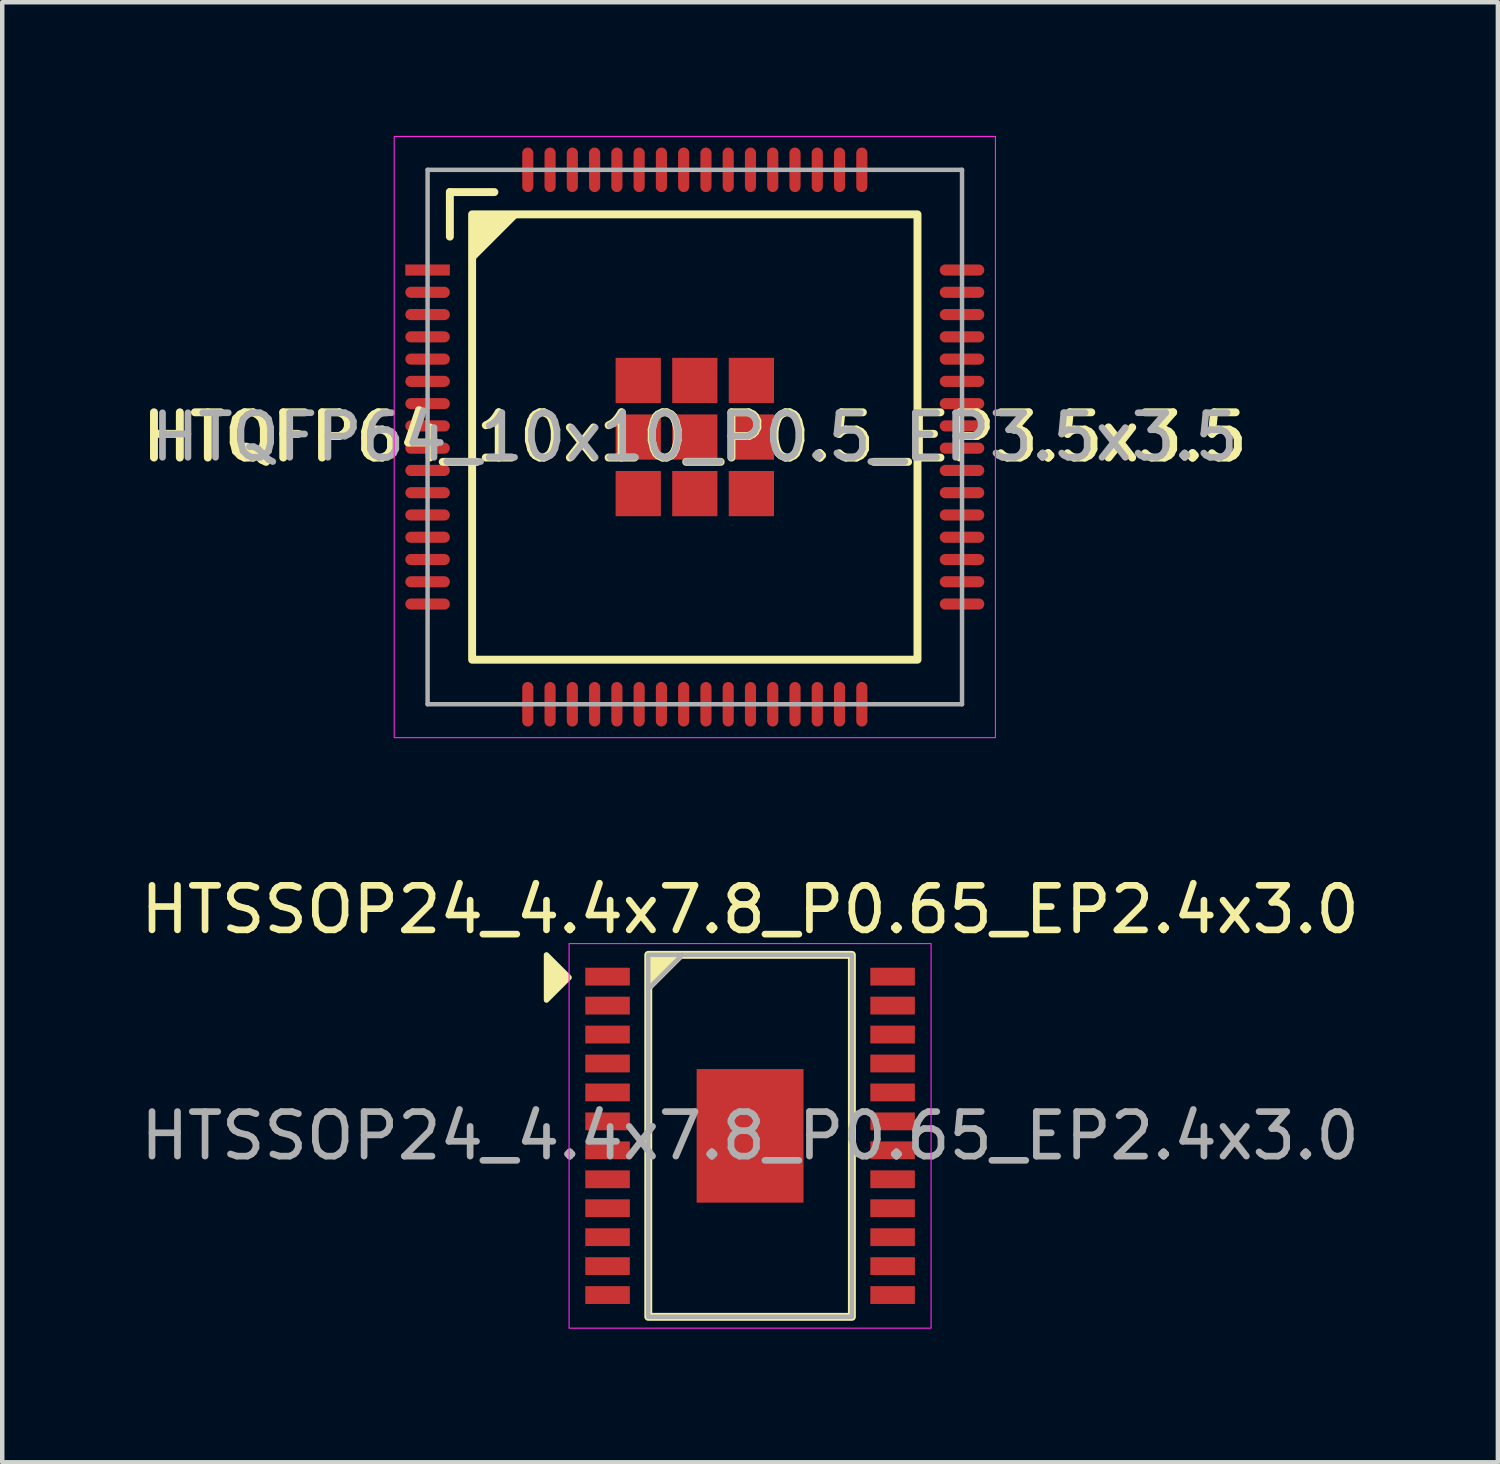
<source format=kicad_pcb>
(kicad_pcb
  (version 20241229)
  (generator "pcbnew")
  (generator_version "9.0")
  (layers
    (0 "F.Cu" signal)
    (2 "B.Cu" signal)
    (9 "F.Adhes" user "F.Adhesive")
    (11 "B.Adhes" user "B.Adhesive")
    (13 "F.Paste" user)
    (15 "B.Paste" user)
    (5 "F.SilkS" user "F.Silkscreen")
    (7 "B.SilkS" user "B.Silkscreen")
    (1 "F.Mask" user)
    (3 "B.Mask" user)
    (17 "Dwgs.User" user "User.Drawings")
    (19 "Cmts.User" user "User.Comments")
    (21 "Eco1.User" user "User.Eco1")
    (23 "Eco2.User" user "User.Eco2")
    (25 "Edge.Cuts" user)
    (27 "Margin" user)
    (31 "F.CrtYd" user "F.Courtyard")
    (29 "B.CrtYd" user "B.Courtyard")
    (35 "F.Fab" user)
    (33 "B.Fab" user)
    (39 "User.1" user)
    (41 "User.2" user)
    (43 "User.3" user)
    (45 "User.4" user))
  (footprint "HTQFP64_10x10_P0.5_EP3.5x3.5"
    (layer "F.Cu")
    (at 12.551 6.763)
    (property "Reference" "HTQFP64_10x10_P0.5_EP3.5x3.5" (at 0 0 0) (layer "F.SilkS") (effects (font (size 1.016 1.016) (thickness 0.178))))
    (attr smd)
    (fp_line (start -5.5 -5.5) (end -4.5 -5.5) (stroke (width 0.178) (type solid)) (layer "F.SilkS"))
    (fp_line (start -5.5 -4.5) (end -5.5 -5.5) (stroke (width 0.178) (type solid)) (layer "F.SilkS"))
    (fp_rect (start -5 -5) (end 5 5) (stroke (width 0.178) (type solid)) (fill no) (layer "F.SilkS"))
    (fp_poly (pts (xy -5 -4) (xy -5 -5) (xy -4 -5)) (stroke (width 0.12) (type solid)) (fill yes) (layer "F.SilkS"))
    (fp_rect (start -6.75 -6.75) (end 6.75 6.75) (stroke (width 0.025) (type solid)) (fill no) (layer "F.CrtYd"))
    (fp_line (start -6 -6) (end -6 6) (stroke (width 0.1) (type solid)) (layer "F.Fab"))
    (fp_line (start -6 6) (end 6 6) (stroke (width 0.1) (type solid)) (layer "F.Fab"))
    (fp_line (start 6 -6) (end -6 -6) (stroke (width 0.1) (type solid)) (layer "F.Fab"))
    (fp_line (start 6 6) (end 6 -6) (stroke (width 0.1) (type solid)) (layer "F.Fab"))
    (fp_text user "${REFERENCE}" (at 0 0 0) (layer "F.Fab") (effects (font (size 1 1) (thickness 0.15))))
    (pad "1" smd rect (at -6 -3.75) (size 1 0.25) (layers "F.Cu" "F.Mask" "F.Paste"))
    (pad "2" smd oval (at -6 -3.25) (size 1 0.25) (layers "F.Cu" "F.Mask" "F.Paste"))
    (pad "3" smd oval (at -6 -2.75) (size 1 0.25) (layers "F.Cu" "F.Mask" "F.Paste"))
    (pad "4" smd oval (at -6 -2.25) (size 1 0.25) (layers "F.Cu" "F.Mask" "F.Paste"))
    (pad "5" smd oval (at -6 -1.75) (size 1 0.25) (layers "F.Cu" "F.Mask" "F.Paste"))
    (pad "6" smd oval (at -6 -1.25) (size 1 0.25) (layers "F.Cu" "F.Mask" "F.Paste"))
    (pad "7" smd oval (at -6 -0.75) (size 1 0.25) (layers "F.Cu" "F.Mask" "F.Paste"))
    (pad "8" smd oval (at -6 -0.25) (size 1 0.25) (layers "F.Cu" "F.Mask" "F.Paste"))
    (pad "9" smd oval (at -6 0.25) (size 1 0.25) (layers "F.Cu" "F.Mask" "F.Paste"))
    (pad "10" smd oval (at -6 0.75) (size 1 0.25) (layers "F.Cu" "F.Mask" "F.Paste"))
    (pad "11" smd oval (at -6 1.25) (size 1 0.25) (layers "F.Cu" "F.Mask" "F.Paste"))
    (pad "12" smd oval (at -6 1.75) (size 1 0.25) (layers "F.Cu" "F.Mask" "F.Paste"))
    (pad "13" smd oval (at -6 2.25) (size 1 0.25) (layers "F.Cu" "F.Mask" "F.Paste"))
    (pad "14" smd oval (at -6 2.75) (size 1 0.25) (layers "F.Cu" "F.Mask" "F.Paste"))
    (pad "15" smd oval (at -6 3.25) (size 1 0.25) (layers "F.Cu" "F.Mask" "F.Paste"))
    (pad "16" smd oval (at -6 3.75) (size 1 0.25) (layers "F.Cu" "F.Mask" "F.Paste"))
    (pad "17" smd oval (at -3.75 6 90) (size 1 0.25) (layers "F.Cu" "F.Mask" "F.Paste"))
    (pad "18" smd oval (at -3.25 6 90) (size 1 0.25) (layers "F.Cu" "F.Mask" "F.Paste"))
    (pad "19" smd oval (at -2.75 6 90) (size 1 0.25) (layers "F.Cu" "F.Mask" "F.Paste"))
    (pad "20" smd oval (at -2.25 6 90) (size 1 0.25) (layers "F.Cu" "F.Mask" "F.Paste"))
    (pad "21" smd oval (at -1.75 6 90) (size 1 0.25) (layers "F.Cu" "F.Mask" "F.Paste"))
    (pad "22" smd oval (at -1.25 6 90) (size 1 0.25) (layers "F.Cu" "F.Mask" "F.Paste"))
    (pad "23" smd oval (at -0.75 6 90) (size 1 0.25) (layers "F.Cu" "F.Mask" "F.Paste"))
    (pad "24" smd oval (at -0.25 6 90) (size 1 0.25) (layers "F.Cu" "F.Mask" "F.Paste"))
    (pad "25" smd oval (at 0.25 6 90) (size 1 0.25) (layers "F.Cu" "F.Mask" "F.Paste"))
    (pad "26" smd oval (at 0.75 6 90) (size 1 0.25) (layers "F.Cu" "F.Mask" "F.Paste"))
    (pad "27" smd oval (at 1.25 6 90) (size 1 0.25) (layers "F.Cu" "F.Mask" "F.Paste"))
    (pad "28" smd oval (at 1.75 6 90) (size 1 0.25) (layers "F.Cu" "F.Mask" "F.Paste"))
    (pad "29" smd oval (at 2.25 6 90) (size 1 0.25) (layers "F.Cu" "F.Mask" "F.Paste"))
    (pad "30" smd oval (at 2.75 6 90) (size 1 0.25) (layers "F.Cu" "F.Mask" "F.Paste"))
    (pad "31" smd oval (at 3.25 6 90) (size 1 0.25) (layers "F.Cu" "F.Mask" "F.Paste"))
    (pad "32" smd oval (at 3.75 6 90) (size 1 0.25) (layers "F.Cu" "F.Mask" "F.Paste"))
    (pad "33" smd oval (at 6 3.75 180) (size 1 0.25) (layers "F.Cu" "F.Mask" "F.Paste"))
    (pad "34" smd oval (at 6 3.25 180) (size 1 0.25) (layers "F.Cu" "F.Mask" "F.Paste"))
    (pad "35" smd oval (at 6 2.75 180) (size 1 0.25) (layers "F.Cu" "F.Mask" "F.Paste"))
    (pad "36" smd oval (at 6 2.25 180) (size 1 0.25) (layers "F.Cu" "F.Mask" "F.Paste"))
    (pad "37" smd oval (at 6 1.75 180) (size 1 0.25) (layers "F.Cu" "F.Mask" "F.Paste"))
    (pad "38" smd oval (at 6 1.25 180) (size 1 0.25) (layers "F.Cu" "F.Mask" "F.Paste"))
    (pad "39" smd oval (at 6 0.75 180) (size 1 0.25) (layers "F.Cu" "F.Mask" "F.Paste"))
    (pad "40" smd oval (at 6 0.25 180) (size 1 0.25) (layers "F.Cu" "F.Mask" "F.Paste"))
    (pad "41" smd oval (at 6 -0.25 180) (size 1 0.25) (layers "F.Cu" "F.Mask" "F.Paste"))
    (pad "42" smd oval (at 6 -0.75 180) (size 1 0.25) (layers "F.Cu" "F.Mask" "F.Paste"))
    (pad "43" smd oval (at 6 -1.25 180) (size 1 0.25) (layers "F.Cu" "F.Mask" "F.Paste"))
    (pad "44" smd oval (at 6 -1.75 180) (size 1 0.25) (layers "F.Cu" "F.Mask" "F.Paste"))
    (pad "45" smd oval (at 6 -2.25 180) (size 1 0.25) (layers "F.Cu" "F.Mask" "F.Paste"))
    (pad "46" smd oval (at 6 -2.75 180) (size 1 0.25) (layers "F.Cu" "F.Mask" "F.Paste"))
    (pad "47" smd oval (at 6 -3.25 180) (size 1 0.25) (layers "F.Cu" "F.Mask" "F.Paste"))
    (pad "48" smd oval (at 6 -3.75 180) (size 1 0.25) (layers "F.Cu" "F.Mask" "F.Paste"))
    (pad "49" smd oval (at 3.75 -6 270) (size 1 0.25) (layers "F.Cu" "F.Mask" "F.Paste"))
    (pad "50" smd oval (at 3.25 -6 270) (size 1 0.25) (layers "F.Cu" "F.Mask" "F.Paste"))
    (pad "51" smd oval (at 2.75 -6 270) (size 1 0.25) (layers "F.Cu" "F.Mask" "F.Paste"))
    (pad "52" smd oval (at 2.25 -6 270) (size 1 0.25) (layers "F.Cu" "F.Mask" "F.Paste"))
    (pad "53" smd oval (at 1.75 -6 270) (size 1 0.25) (layers "F.Cu" "F.Mask" "F.Paste"))
    (pad "54" smd oval (at 1.25 -6 270) (size 1 0.25) (layers "F.Cu" "F.Mask" "F.Paste"))
    (pad "55" smd oval (at 0.75 -6 270) (size 1 0.25) (layers "F.Cu" "F.Mask" "F.Paste"))
    (pad "56" smd oval (at 0.25 -6 270) (size 1 0.25) (layers "F.Cu" "F.Mask" "F.Paste"))
    (pad "57" smd oval (at -0.25 -6 270) (size 1 0.25) (layers "F.Cu" "F.Mask" "F.Paste"))
    (pad "58" smd oval (at -0.75 -6 270) (size 1 0.25) (layers "F.Cu" "F.Mask" "F.Paste"))
    (pad "59" smd oval (at -1.25 -6 270) (size 1 0.25) (layers "F.Cu" "F.Mask" "F.Paste"))
    (pad "60" smd oval (at -1.75 -6 270) (size 1 0.25) (layers "F.Cu" "F.Mask" "F.Paste"))
    (pad "61" smd oval (at -2.25 -6 270) (size 1 0.25) (layers "F.Cu" "F.Mask" "F.Paste"))
    (pad "62" smd oval (at -2.75 -6 270) (size 1 0.25) (layers "F.Cu" "F.Mask" "F.Paste"))
    (pad "63" smd oval (at -3.25 -6 270) (size 1 0.25) (layers "F.Cu" "F.Mask" "F.Paste"))
    (pad "64" smd oval (at -3.75 -6 270) (size 1 0.25) (layers "F.Cu" "F.Mask" "F.Paste"))
    (pad "65" smd rect (at -1.27 -1.27 270) (size 1.016 1.016) (layers "F.Cu" "F.Mask" "F.Paste"))
    (pad "65" smd rect (at -1.27 0 270) (size 1.016 1.016) (layers "F.Cu" "F.Mask" "F.Paste"))
    (pad "65" smd rect (at -1.27 1.27 270) (size 1.016 1.016) (layers "F.Cu" "F.Mask" "F.Paste"))
    (pad "65" smd rect (at 0 -1.27 270) (size 1.016 1.016) (layers "F.Cu" "F.Mask" "F.Paste"))
    (pad "65" smd rect (at 0 0 270) (size 1.016 1.016) (layers "F.Cu" "F.Mask" "F.Paste"))
    (pad "65" smd rect (at 0 1.27 270) (size 1.016 1.016) (layers "F.Cu" "F.Mask" "F.Paste"))
    (pad "65" smd rect (at 1.27 -1.27 270) (size 1.016 1.016) (layers "F.Cu" "F.Mask" "F.Paste"))
    (pad "65" smd rect (at 1.27 0 270) (size 1.016 1.016) (layers "F.Cu" "F.Mask" "F.Paste"))
    (pad "65" smd rect (at 1.27 1.27 270) (size 1.016 1.016) (layers "F.Cu" "F.Mask" "F.Paste")))
  (footprint "HTSSOP24_4.4x7.8_P0.65_EP2.4x3.0"
    (layer "F.Cu")
    (at 13.792 22.454)
    (property "Reference" "HTSSOP24_4.4x7.8_P0.65_EP2.4x3.0" (at 0 -5.08 0) (unlocked yes) (layer "F.SilkS") (effects (font (size 1 1) (thickness 0.15))))
    (attr smd)
    (fp_rect (start -2.286 -4.064) (end 2.286 4.064) (stroke (width 0.178) (type solid)) (fill no) (layer "F.SilkS"))
    (fp_poly (pts (xy -4.064 -3.556) (xy -4.572 -3.048) (xy -4.572 -4.064)) (stroke (width 0.12) (type solid)) (fill yes) (layer "F.SilkS"))
    (fp_poly (pts (xy -2.286 -3.302) (xy -2.286 -4.064) (xy -1.524 -4.064)) (stroke (width 0.12) (type solid)) (fill yes) (layer "F.SilkS"))
    (fp_rect (start -4.064 -4.318) (end 4.064 4.318) (stroke (width 0.025) (type solid)) (fill no) (layer "F.CrtYd"))
    (fp_line (start -2.286 -3.302) (end -1.524 -4.064) (stroke (width 0.1) (type solid)) (layer "F.Fab"))
    (fp_rect (start -2.286 -4.064) (end 2.286 4.064) (stroke (width 0.1) (type solid)) (fill no) (layer "F.Fab"))
    (fp_text user "${REFERENCE}" (at 0 0 0) (unlocked yes) (layer "F.Fab") (effects (font (size 1 1) (thickness 0.15))))
    (pad "1" smd rect (at -3.2 -3.575) (size 1 0.4) (layers "F.Cu" "F.Mask" "F.Paste"))
    (pad "2" smd rect (at -3.2 -2.925) (size 1 0.4) (layers "F.Cu" "F.Mask" "F.Paste"))
    (pad "3" smd rect (at -3.2 -2.275) (size 1 0.4) (layers "F.Cu" "F.Mask" "F.Paste"))
    (pad "4" smd rect (at -3.2 -1.625) (size 1 0.4) (layers "F.Cu" "F.Mask" "F.Paste"))
    (pad "5" smd rect (at -3.2 -0.975) (size 1 0.4) (layers "F.Cu" "F.Mask" "F.Paste"))
    (pad "6" smd rect (at -3.2 -0.325) (size 1 0.4) (layers "F.Cu" "F.Mask" "F.Paste"))
    (pad "7" smd rect (at -3.2 0.325) (size 1 0.4) (layers "F.Cu" "F.Mask" "F.Paste"))
    (pad "8" smd rect (at -3.2 0.975) (size 1 0.4) (layers "F.Cu" "F.Mask" "F.Paste"))
    (pad "9" smd rect (at -3.2 1.625) (size 1 0.4) (layers "F.Cu" "F.Mask" "F.Paste"))
    (pad "10" smd rect (at -3.2 2.275) (size 1 0.4) (layers "F.Cu" "F.Mask" "F.Paste"))
    (pad "11" smd rect (at -3.2 2.925) (size 1 0.4) (layers "F.Cu" "F.Mask" "F.Paste"))
    (pad "12" smd rect (at -3.2 3.575) (size 1 0.4) (layers "F.Cu" "F.Mask" "F.Paste"))
    (pad "13" smd rect (at 3.2 3.575) (size 1 0.4) (layers "F.Cu" "F.Mask" "F.Paste"))
    (pad "14" smd rect (at 3.2 2.925) (size 1 0.4) (layers "F.Cu" "F.Mask" "F.Paste"))
    (pad "15" smd rect (at 3.2 2.275) (size 1 0.4) (layers "F.Cu" "F.Mask" "F.Paste"))
    (pad "16" smd rect (at 3.2 1.625) (size 1 0.4) (layers "F.Cu" "F.Mask" "F.Paste"))
    (pad "17" smd rect (at 3.2 0.975) (size 1 0.4) (layers "F.Cu" "F.Mask" "F.Paste"))
    (pad "18" smd rect (at 3.2 0.325) (size 1 0.4) (layers "F.Cu" "F.Mask" "F.Paste"))
    (pad "19" smd rect (at 3.2 -0.325) (size 1 0.4) (layers "F.Cu" "F.Mask" "F.Paste"))
    (pad "20" smd rect (at 3.2 -0.975) (size 1 0.4) (layers "F.Cu" "F.Mask" "F.Paste"))
    (pad "21" smd rect (at 3.2 -1.625) (size 1 0.4) (layers "F.Cu" "F.Mask" "F.Paste"))
    (pad "22" smd rect (at 3.2 -2.275) (size 1 0.4) (layers "F.Cu" "F.Mask" "F.Paste"))
    (pad "23" smd rect (at 3.2 -2.925) (size 1 0.4) (layers "F.Cu" "F.Mask" "F.Paste"))
    (pad "24" smd rect (at 3.2 -3.575) (size 1 0.4) (layers "F.Cu" "F.Mask" "F.Paste"))
    (pad "25" smd rect (at 0 0) (size 2.4 3) (layers "F.Cu" "F.Mask" "F.Paste")))
  (gr_rect
    (start -3 -3)
    (end 30.583 29.784)
    (stroke (width 0.1) (type default))
    (fill no)
    (layer "Edge.Cuts")))
</source>
